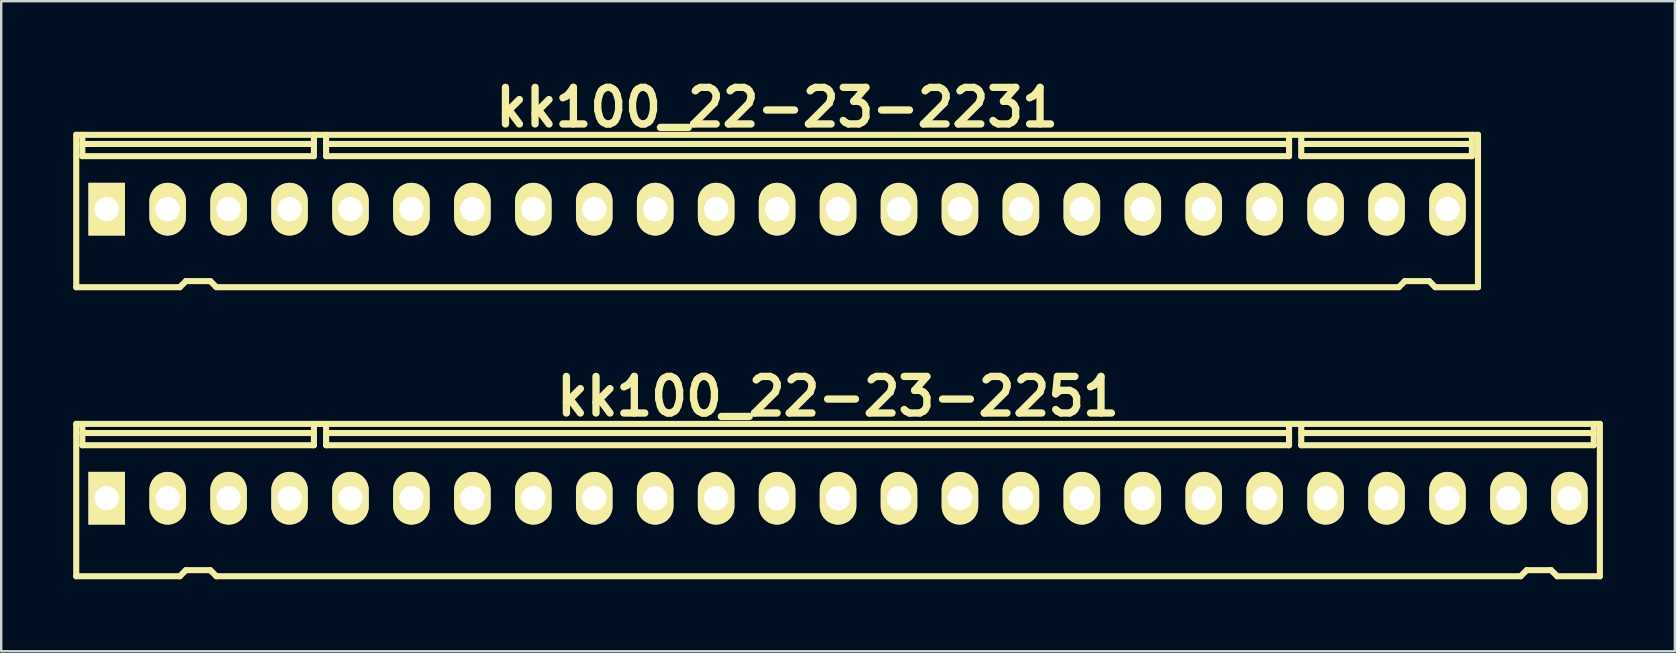
<source format=kicad_pcb>
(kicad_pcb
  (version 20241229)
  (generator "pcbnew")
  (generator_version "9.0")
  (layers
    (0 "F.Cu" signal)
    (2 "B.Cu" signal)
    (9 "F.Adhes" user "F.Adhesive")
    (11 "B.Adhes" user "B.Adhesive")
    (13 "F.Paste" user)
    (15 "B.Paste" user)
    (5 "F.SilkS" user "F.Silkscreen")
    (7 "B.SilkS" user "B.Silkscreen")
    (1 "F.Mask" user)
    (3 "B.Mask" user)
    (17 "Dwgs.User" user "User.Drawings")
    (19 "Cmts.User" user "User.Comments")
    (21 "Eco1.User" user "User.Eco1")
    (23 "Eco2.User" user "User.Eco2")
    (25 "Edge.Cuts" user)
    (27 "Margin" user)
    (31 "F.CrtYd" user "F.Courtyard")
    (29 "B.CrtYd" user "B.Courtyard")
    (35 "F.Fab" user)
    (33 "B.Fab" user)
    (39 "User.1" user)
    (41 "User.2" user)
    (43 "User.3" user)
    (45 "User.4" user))
  (footprint "kk100_22-23-2251"
    (layer "F.Cu")
    (at 31.877 17.791)
    (property "Reference" "kk100_22-23-2251" (at 0 -4.318 0) (layer "F.SilkS") (effects (font (size 1.524 1.524) (thickness 0.305))))
    (attr through_hole)
    (fp_line (start -31.75 -3.175) (end 31.75 -3.175) (stroke (width 0.254) (type solid)) (layer "F.SilkS"))
    (fp_line (start -31.75 3.175) (end -31.75 -3.175) (stroke (width 0.254) (type solid)) (layer "F.SilkS"))
    (fp_line (start -31.496 -2.286) (end -31.496 -3.175) (stroke (width 0.254) (type solid)) (layer "F.SilkS"))
    (fp_line (start -27.432 3.175) (end -31.75 3.175) (stroke (width 0.254) (type solid)) (layer "F.SilkS"))
    (fp_line (start -27.178 2.921) (end -27.432 3.175) (stroke (width 0.254) (type solid)) (layer "F.SilkS"))
    (fp_line (start -27.178 2.921) (end -26.162 2.921) (stroke (width 0.254) (type solid)) (layer "F.SilkS"))
    (fp_line (start -26.162 2.921) (end -25.908 3.175) (stroke (width 0.254) (type solid)) (layer "F.SilkS"))
    (fp_line (start -21.844 -2.794) (end -31.496 -2.794) (stroke (width 0.254) (type solid)) (layer "F.SilkS"))
    (fp_line (start -21.844 -2.286) (end -31.496 -2.286) (stroke (width 0.254) (type solid)) (layer "F.SilkS"))
    (fp_line (start -21.844 -2.286) (end -21.844 -3.175) (stroke (width 0.254) (type solid)) (layer "F.SilkS"))
    (fp_line (start -21.336 -2.286) (end -21.336 -3.175) (stroke (width 0.254) (type solid)) (layer "F.SilkS"))
    (fp_line (start -21.336 -2.286) (end 18.796 -2.286) (stroke (width 0.254) (type solid)) (layer "F.SilkS"))
    (fp_line (start 18.796 -2.794) (end -21.336 -2.794) (stroke (width 0.254) (type solid)) (layer "F.SilkS"))
    (fp_line (start 18.796 -2.286) (end 18.796 -3.175) (stroke (width 0.254) (type solid)) (layer "F.SilkS"))
    (fp_line (start 19.304 -2.794) (end 31.496 -2.794) (stroke (width 0.254) (type solid)) (layer "F.SilkS"))
    (fp_line (start 19.304 -2.286) (end 19.304 -3.175) (stroke (width 0.254) (type solid)) (layer "F.SilkS"))
    (fp_line (start 19.304 -2.286) (end 31.496 -2.286) (stroke (width 0.254) (type solid)) (layer "F.SilkS"))
    (fp_line (start 28.448 3.175) (end -25.908 3.175) (stroke (width 0.254) (type solid)) (layer "F.SilkS"))
    (fp_line (start 28.702 2.921) (end 28.448 3.175) (stroke (width 0.254) (type solid)) (layer "F.SilkS"))
    (fp_line (start 28.702 2.921) (end 29.718 2.921) (stroke (width 0.254) (type solid)) (layer "F.SilkS"))
    (fp_line (start 29.718 2.921) (end 29.972 3.175) (stroke (width 0.254) (type solid)) (layer "F.SilkS"))
    (fp_line (start 29.972 3.175) (end 31.75 3.175) (stroke (width 0.254) (type solid)) (layer "F.SilkS"))
    (fp_line (start 31.496 -2.286) (end 31.496 -3.175) (stroke (width 0.254) (type solid)) (layer "F.SilkS"))
    (fp_line (start 31.75 -3.175) (end 31.75 3.175) (stroke (width 0.254) (type solid)) (layer "F.SilkS"))
    (pad "1" thru_hole rect (at -30.48 -0.076) (size 1.524 2.197) (drill 1.016) (layers "*.Cu" "*.Mask" "F.SilkS"))
    (pad "2" thru_hole oval (at -27.94 -0.076) (size 1.524 2.197) (drill 1.016) (layers "*.Cu" "*.Mask" "F.SilkS"))
    (pad "3" thru_hole oval (at -25.4 -0.076) (size 1.524 2.197) (drill 1.016) (layers "*.Cu" "*.Mask" "F.SilkS"))
    (pad "4" thru_hole oval (at -22.86 -0.076) (size 1.524 2.197) (drill 1.016) (layers "*.Cu" "*.Mask" "F.SilkS"))
    (pad "5" thru_hole oval (at -20.32 -0.076) (size 1.524 2.197) (drill 1.016) (layers "*.Cu" "*.Mask" "F.SilkS"))
    (pad "6" thru_hole oval (at -17.78 -0.076) (size 1.524 2.197) (drill 1.016) (layers "*.Cu" "*.Mask" "F.SilkS"))
    (pad "7" thru_hole oval (at -15.24 -0.076) (size 1.524 2.197) (drill 1.016) (layers "*.Cu" "*.Mask" "F.SilkS"))
    (pad "8" thru_hole oval (at -12.7 -0.076) (size 1.524 2.197) (drill 1.016) (layers "*.Cu" "*.Mask" "F.SilkS"))
    (pad "9" thru_hole oval (at -10.16 -0.076) (size 1.524 2.197) (drill 1.016) (layers "*.Cu" "*.Mask" "F.SilkS"))
    (pad "10" thru_hole oval (at -7.62 -0.076) (size 1.524 2.197) (drill 1.016) (layers "*.Cu" "*.Mask" "F.SilkS"))
    (pad "11" thru_hole oval (at -5.08 -0.076) (size 1.524 2.197) (drill 1.016) (layers "*.Cu" "*.Mask" "F.SilkS"))
    (pad "12" thru_hole oval (at -2.54 -0.076) (size 1.524 2.197) (drill 1.016) (layers "*.Cu" "*.Mask" "F.SilkS"))
    (pad "13" thru_hole oval (at 0 -0.076) (size 1.524 2.197) (drill 1.016) (layers "*.Cu" "*.Mask" "F.SilkS"))
    (pad "14" thru_hole oval (at 2.54 -0.076) (size 1.524 2.197) (drill 1.016) (layers "*.Cu" "*.Mask" "F.SilkS"))
    (pad "15" thru_hole oval (at 5.08 -0.076) (size 1.524 2.197) (drill 1.016) (layers "*.Cu" "*.Mask" "F.SilkS"))
    (pad "16" thru_hole oval (at 7.62 -0.076) (size 1.524 2.197) (drill 1.016) (layers "*.Cu" "*.Mask" "F.SilkS"))
    (pad "17" thru_hole oval (at 10.16 -0.076) (size 1.524 2.197) (drill 1.016) (layers "*.Cu" "*.Mask" "F.SilkS"))
    (pad "18" thru_hole oval (at 12.7 -0.076) (size 1.524 2.197) (drill 1.016) (layers "*.Cu" "*.Mask" "F.SilkS"))
    (pad "19" thru_hole oval (at 15.24 -0.076) (size 1.524 2.197) (drill 1.016) (layers "*.Cu" "*.Mask" "F.SilkS"))
    (pad "20" thru_hole oval (at 17.78 -0.076) (size 1.524 2.197) (drill 1.016) (layers "*.Cu" "*.Mask" "F.SilkS"))
    (pad "21" thru_hole oval (at 20.32 -0.076) (size 1.524 2.197) (drill 1.016) (layers "*.Cu" "*.Mask" "F.SilkS"))
    (pad "22" thru_hole oval (at 22.86 -0.076) (size 1.524 2.197) (drill 1.016) (layers "*.Cu" "*.Mask" "F.SilkS"))
    (pad "23" thru_hole oval (at 25.4 -0.076) (size 1.524 2.197) (drill 1.016) (layers "*.Cu" "*.Mask" "F.SilkS"))
    (pad "24" thru_hole oval (at 27.94 -0.076) (size 1.524 2.197) (drill 1.016) (layers "*.Cu" "*.Mask" "F.SilkS"))
    (pad "25" thru_hole oval (at 30.48 -0.076) (size 1.524 2.197) (drill 1.016) (layers "*.Cu" "*.Mask" "F.SilkS")))
  (footprint "kk100_22-23-2231"
    (layer "F.Cu")
    (at 29.337 5.744)
    (property "Reference" "kk100_22-23-2231" (at 0 -4.318 0) (layer "F.SilkS") (effects (font (size 1.524 1.524) (thickness 0.305))))
    (attr through_hole)
    (fp_line (start -29.21 3.175) (end -29.21 -3.175) (stroke (width 0.254) (type solid)) (layer "F.SilkS"))
    (fp_line (start -28.956 -2.286) (end -28.956 -3.175) (stroke (width 0.254) (type solid)) (layer "F.SilkS"))
    (fp_line (start -24.892 3.175) (end -29.21 3.175) (stroke (width 0.254) (type solid)) (layer "F.SilkS"))
    (fp_line (start -24.638 2.921) (end -24.892 3.175) (stroke (width 0.254) (type solid)) (layer "F.SilkS"))
    (fp_line (start -24.638 2.921) (end -23.622 2.921) (stroke (width 0.254) (type solid)) (layer "F.SilkS"))
    (fp_line (start -23.622 2.921) (end -23.368 3.175) (stroke (width 0.254) (type solid)) (layer "F.SilkS"))
    (fp_line (start -19.304 -2.794) (end -28.956 -2.794) (stroke (width 0.254) (type solid)) (layer "F.SilkS"))
    (fp_line (start -19.304 -2.286) (end -28.956 -2.286) (stroke (width 0.254) (type solid)) (layer "F.SilkS"))
    (fp_line (start -19.304 -2.286) (end -19.304 -3.175) (stroke (width 0.254) (type solid)) (layer "F.SilkS"))
    (fp_line (start -18.796 -2.286) (end -18.796 -3.175) (stroke (width 0.254) (type solid)) (layer "F.SilkS"))
    (fp_line (start -18.796 -2.286) (end 21.336 -2.286) (stroke (width 0.254) (type solid)) (layer "F.SilkS"))
    (fp_line (start 21.336 -2.794) (end -18.796 -2.794) (stroke (width 0.254) (type solid)) (layer "F.SilkS"))
    (fp_line (start 21.336 -2.286) (end 21.336 -3.175) (stroke (width 0.254) (type solid)) (layer "F.SilkS"))
    (fp_line (start 21.844 -2.794) (end 28.956 -2.794) (stroke (width 0.254) (type solid)) (layer "F.SilkS"))
    (fp_line (start 21.844 -2.286) (end 21.844 -3.175) (stroke (width 0.254) (type solid)) (layer "F.SilkS"))
    (fp_line (start 21.844 -2.286) (end 28.956 -2.286) (stroke (width 0.254) (type solid)) (layer "F.SilkS"))
    (fp_line (start 25.908 3.175) (end -23.368 3.175) (stroke (width 0.254) (type solid)) (layer "F.SilkS"))
    (fp_line (start 26.162 2.921) (end 25.908 3.175) (stroke (width 0.254) (type solid)) (layer "F.SilkS"))
    (fp_line (start 26.162 2.921) (end 27.178 2.921) (stroke (width 0.254) (type solid)) (layer "F.SilkS"))
    (fp_line (start 27.178 2.921) (end 27.432 3.175) (stroke (width 0.254) (type solid)) (layer "F.SilkS"))
    (fp_line (start 27.432 3.175) (end 29.21 3.175) (stroke (width 0.254) (type solid)) (layer "F.SilkS"))
    (fp_line (start 28.956 -2.286) (end 28.956 -3.175) (stroke (width 0.254) (type solid)) (layer "F.SilkS"))
    (fp_line (start 29.21 -3.175) (end -29.21 -3.175) (stroke (width 0.254) (type solid)) (layer "F.SilkS"))
    (fp_line (start 29.21 -3.175) (end 29.21 3.175) (stroke (width 0.254) (type solid)) (layer "F.SilkS"))
    (pad "1" thru_hole rect (at -27.94 -0.076) (size 1.524 2.197) (drill 1.016) (layers "*.Cu" "*.Mask" "F.SilkS"))
    (pad "2" thru_hole oval (at -25.4 -0.076) (size 1.524 2.197) (drill 1.016) (layers "*.Cu" "*.Mask" "F.SilkS"))
    (pad "3" thru_hole oval (at -22.86 -0.076) (size 1.524 2.197) (drill 1.016) (layers "*.Cu" "*.Mask" "F.SilkS"))
    (pad "4" thru_hole oval (at -20.32 -0.076) (size 1.524 2.197) (drill 1.016) (layers "*.Cu" "*.Mask" "F.SilkS"))
    (pad "5" thru_hole oval (at -17.78 -0.076) (size 1.524 2.197) (drill 1.016) (layers "*.Cu" "*.Mask" "F.SilkS"))
    (pad "6" thru_hole oval (at -15.24 -0.076) (size 1.524 2.197) (drill 1.016) (layers "*.Cu" "*.Mask" "F.SilkS"))
    (pad "7" thru_hole oval (at -12.7 -0.076) (size 1.524 2.197) (drill 1.016) (layers "*.Cu" "*.Mask" "F.SilkS"))
    (pad "8" thru_hole oval (at -10.16 -0.076) (size 1.524 2.197) (drill 1.016) (layers "*.Cu" "*.Mask" "F.SilkS"))
    (pad "9" thru_hole oval (at -7.62 -0.076) (size 1.524 2.197) (drill 1.016) (layers "*.Cu" "*.Mask" "F.SilkS"))
    (pad "10" thru_hole oval (at -5.08 -0.076) (size 1.524 2.197) (drill 1.016) (layers "*.Cu" "*.Mask" "F.SilkS"))
    (pad "11" thru_hole oval (at -2.54 -0.076) (size 1.524 2.197) (drill 1.016) (layers "*.Cu" "*.Mask" "F.SilkS"))
    (pad "12" thru_hole oval (at 0 -0.076) (size 1.524 2.197) (drill 1.016) (layers "*.Cu" "*.Mask" "F.SilkS"))
    (pad "13" thru_hole oval (at 2.54 -0.076) (size 1.524 2.197) (drill 1.016) (layers "*.Cu" "*.Mask" "F.SilkS"))
    (pad "14" thru_hole oval (at 5.08 -0.076) (size 1.524 2.197) (drill 1.016) (layers "*.Cu" "*.Mask" "F.SilkS"))
    (pad "15" thru_hole oval (at 7.62 -0.076) (size 1.524 2.197) (drill 1.016) (layers "*.Cu" "*.Mask" "F.SilkS"))
    (pad "16" thru_hole oval (at 10.16 -0.076) (size 1.524 2.197) (drill 1.016) (layers "*.Cu" "*.Mask" "F.SilkS"))
    (pad "17" thru_hole oval (at 12.7 -0.076) (size 1.524 2.197) (drill 1.016) (layers "*.Cu" "*.Mask" "F.SilkS"))
    (pad "18" thru_hole oval (at 15.24 -0.076) (size 1.524 2.197) (drill 1.016) (layers "*.Cu" "*.Mask" "F.SilkS"))
    (pad "19" thru_hole oval (at 17.78 -0.076) (size 1.524 2.197) (drill 1.016) (layers "*.Cu" "*.Mask" "F.SilkS"))
    (pad "20" thru_hole oval (at 20.32 -0.076) (size 1.524 2.197) (drill 1.016) (layers "*.Cu" "*.Mask" "F.SilkS"))
    (pad "21" thru_hole oval (at 22.86 -0.076) (size 1.524 2.197) (drill 1.016) (layers "*.Cu" "*.Mask" "F.SilkS"))
    (pad "22" thru_hole oval (at 25.4 -0.076) (size 1.524 2.197) (drill 1.016) (layers "*.Cu" "*.Mask" "F.SilkS"))
    (pad "23" thru_hole oval (at 27.94 -0.076) (size 1.524 2.197) (drill 1.016) (layers "*.Cu" "*.Mask" "F.SilkS")))
  (gr_rect
    (start -3 -3)
    (end 66.754 24.093)
    (stroke (width 0.1) (type default))
    (fill no)
    (layer "Edge.Cuts")))
</source>
